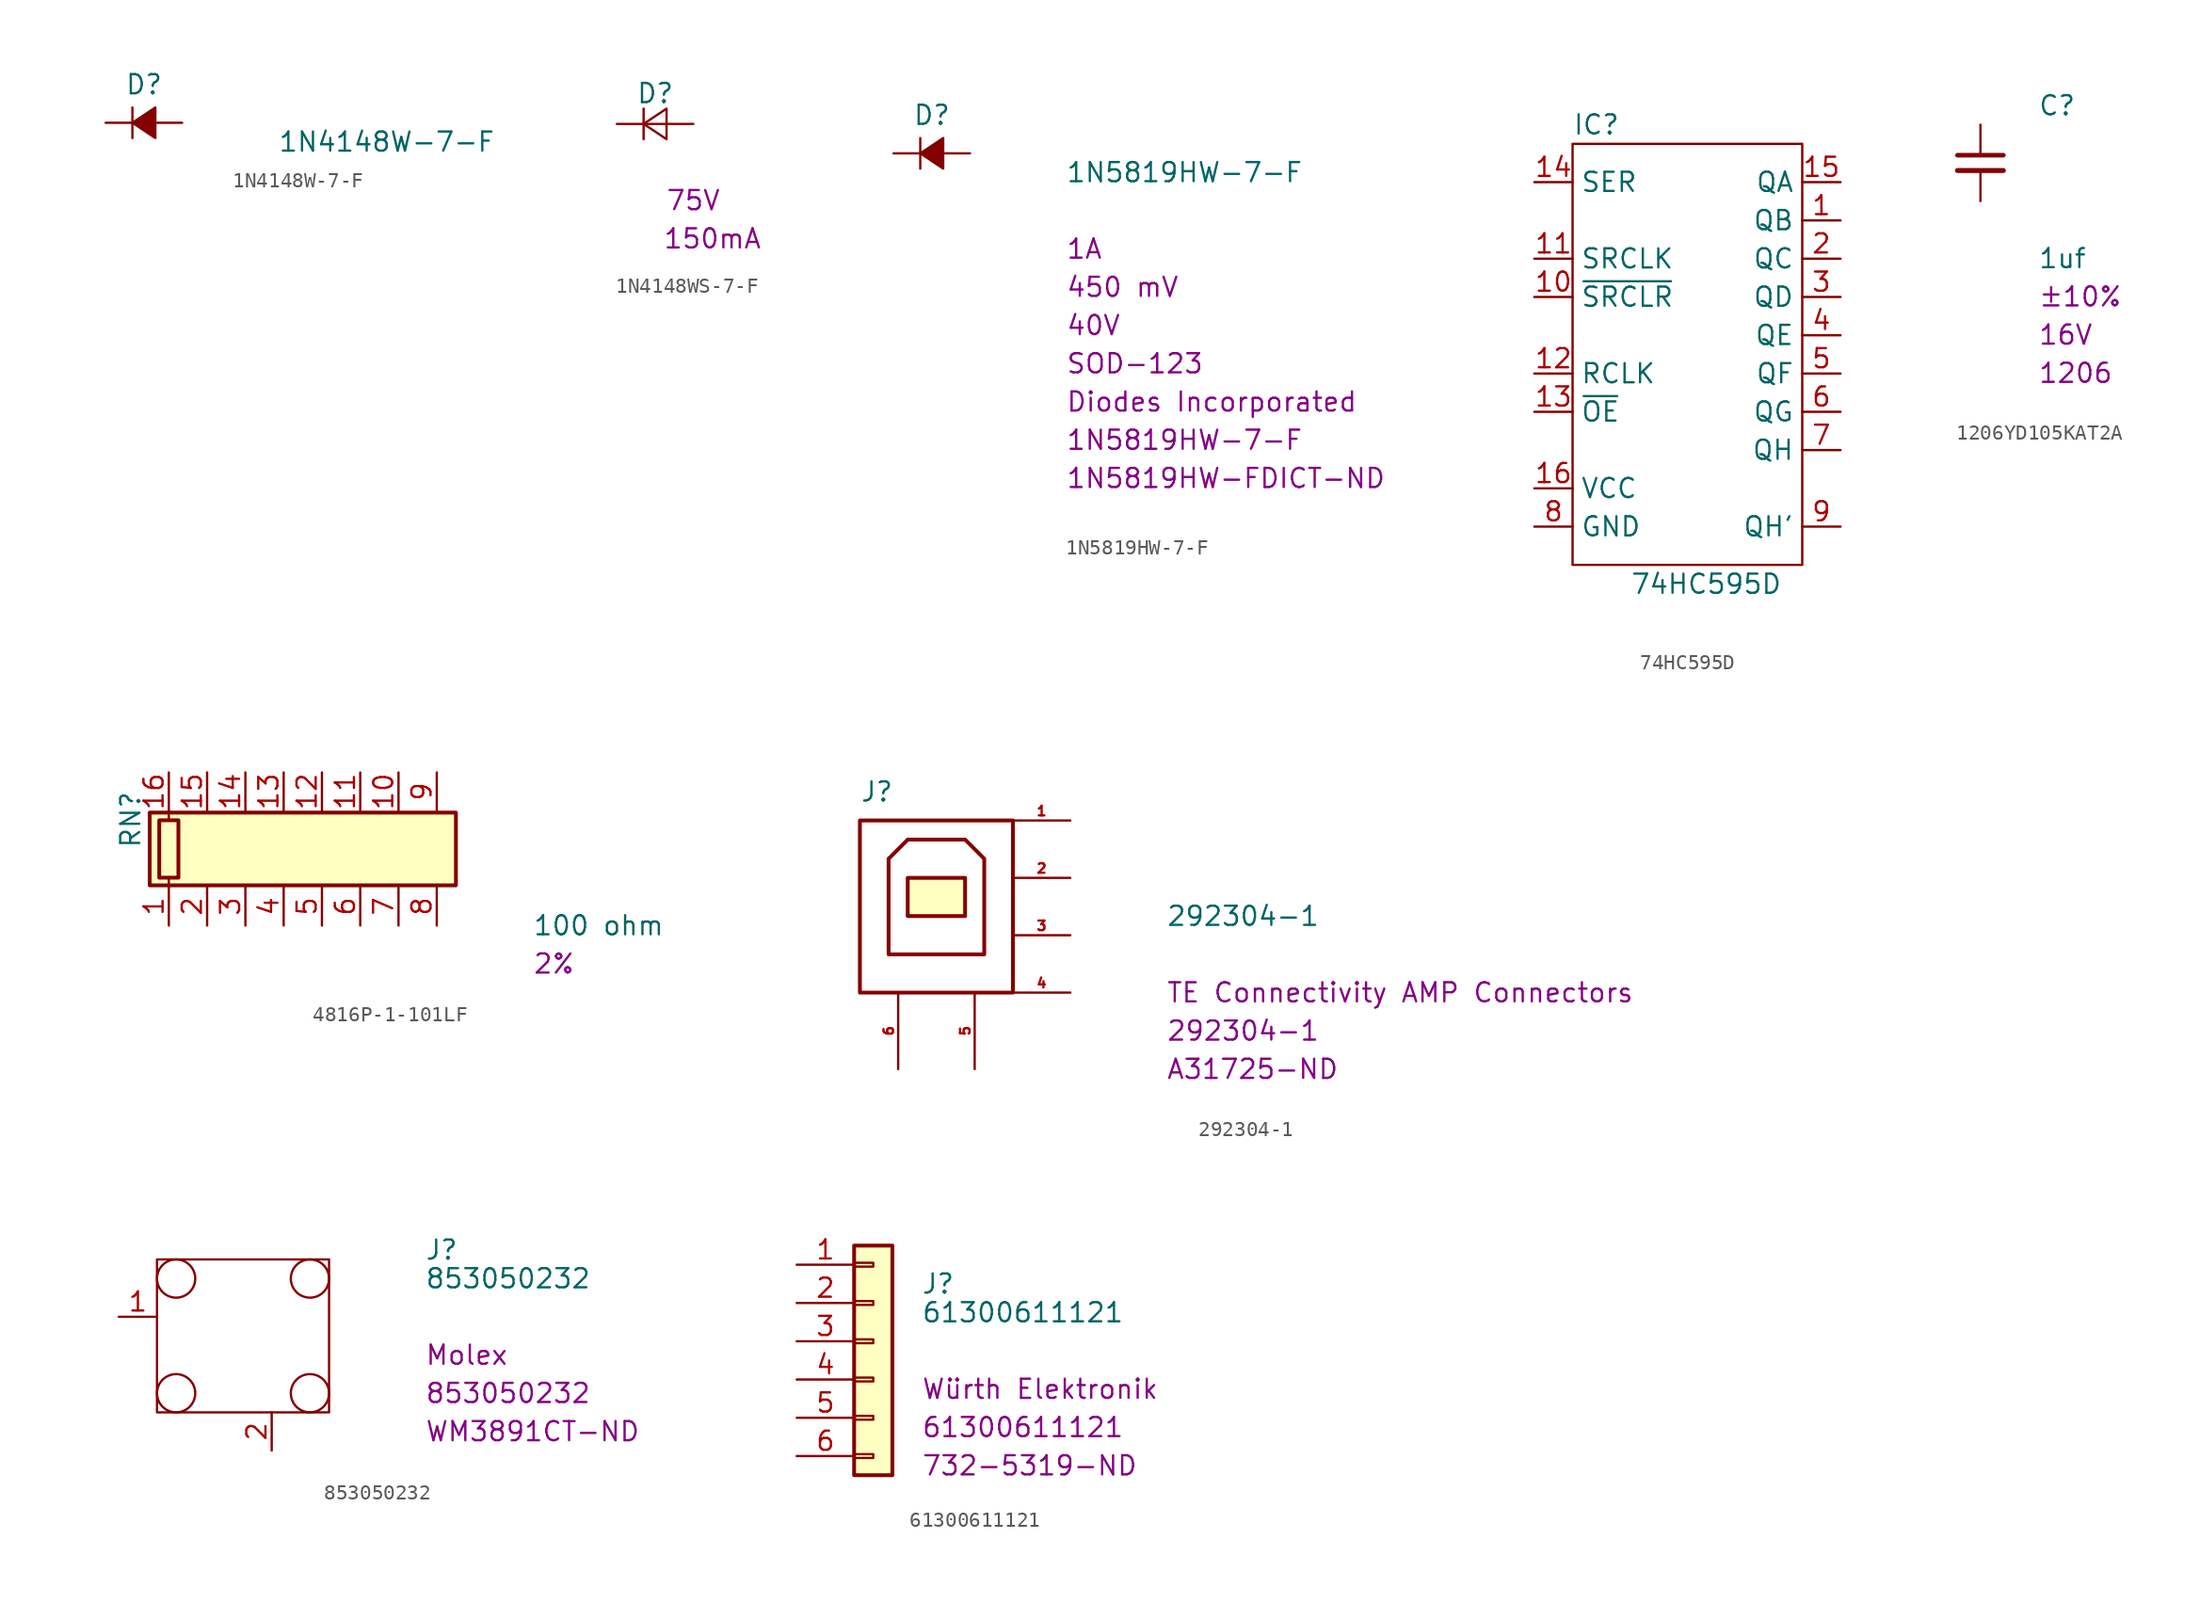
<source format=kicad_sym>
(kicad_symbol_lib
  (version 20220914)
  (generator kicad_symbol_editor)
  (symbol "1N4148W-7-F"
    (pin_numbers hide)
    (pin_names
      (offset 0.254) hide)
    (property "Reference" "D"
      (at -1.27 2.54 0)
      (effects (font (size 1.27 1.27)) (justify left)))
    (property "Value" "1N4148W-7-F"
      (at 8.89 -1.27 0)
      (effects (font (size 1.27 1.27)) (justify left)))
    (symbol "1N4148W-7-F_0_1"
      (polyline (pts (xy -0.762 -1.016) (xy -0.762 1.016)) (stroke (width 0) (type default)) (fill (type none)))
      (polyline (pts (xy -0.762 0) (xy 0.762 0)) (stroke (width 0) (type default)) (fill (type none)))
      (polyline (pts (xy 0.762 -1.016) (xy -0.762 0) (xy 0.762 1.016) (xy 0.762 -1.016)) (stroke (width 0) (type default)) (fill (type outline))))
    (symbol "1N4148W-7-F_1_1"
      (pin passive line (at -2.54 0 0) (length 1.778) (name "K" (effects (font (size 1.27 1.27)))) (number "1" (effects (font (size 1.27 1.27)))))
      (pin passive line (at 2.54 0 180) (length 1.778) (name "A" (effects (font (size 1.27 1.27)))) (number "2" (effects (font (size 1.27 1.27)))))))
  (symbol "1N4148WS-7-F"
    (pin_numbers hide)
    (pin_names
      (offset 0.254) hide)
    (property "Reference" "D"
      (at -1.27 2.032 0)
      (effects (font (size 1.27 1.27)) (justify left)))
    (property "Voltage - DC Reverse (Vr) (Max)" "75V"
      (at 2.54 -5.08 0)
      (effects (font (size 1.27 1.27))))
    (property "Current - Average Rectified (Io)" "150mA"
      (at 3.81 -7.62 0)
      (effects (font (size 1.27 1.27))))
    (symbol "1N4148WS-7-F_0_1"
      (polyline (pts (xy -0.762 -1.016) (xy -0.762 1.016)) (stroke (width 0) (type default)) (fill (type none)))
      (polyline (pts (xy -0.762 0) (xy 0.762 0)) (stroke (width 0) (type default)) (fill (type none)))
      (polyline (pts (xy 0.762 -1.016) (xy -0.762 0) (xy 0.762 1.016) (xy 0.762 -1.016)) (stroke (width 0) (type default)) (fill (type none))))
    (symbol "1N4148WS-7-F_1_1"
      (pin passive line (at -2.54 0 0) (length 1.778) (name "K" (effects (font (size 1.27 1.27)))) (number "1" (effects (font (size 1.27 1.27)))))
      (pin passive line (at 2.54 0 180) (length 1.778) (name "A" (effects (font (size 1.27 1.27)))) (number "2" (effects (font (size 1.27 1.27)))))))
  (symbol "1N5819HW-7-F"
    (pin_numbers hide)
    (pin_names
      (offset 0.254) hide)
    (property "Reference" "D"
      (at -1.27 2.54 0)
      (effects (font (size 1.27 1.27)) (justify left)))
    (property "Value" "1N5819HW-7-F"
      (at 8.89 -1.27 0)
      (effects (font (size 1.27 1.27)) (justify left)))
    (property "Current" "1A"
      (at 8.89 -6.35 0)
      (effects (font (size 1.27 1.27)) (justify left)))
    (property "Voltage - Forward" "450 mV"
      (at 8.89 -8.89 0)
      (effects (font (size 1.27 1.27)) (justify left)))
    (property "Voltage - DC Reverse" "40V"
      (at 8.89 -11.43 0)
      (effects (font (size 1.27 1.27)) (justify left)))
    (property "Chip set" "SOD-123"
      (at 8.89 -13.97 0)
      (effects (font (size 1.27 1.27)) (justify left)))
    (property "Manufacturer" "Diodes Incorporated"
      (at 8.89 -16.51 0)
      (effects (font (size 1.27 1.27)) (justify left)))
    (property "MPN" "1N5819HW-7-F"
      (at 8.89 -19.05 0)
      (effects (font (size 1.27 1.27)) (justify left)))
    (property "Digi-Key_PN" "1N5819HW-FDICT-ND"
      (at 8.89 -21.59 0)
      (effects (font (size 1.27 1.27)) (justify left)))
    (symbol "1N5819HW-7-F_0_1"
      (polyline (pts (xy -0.762 -1.016) (xy -0.762 1.016)) (stroke (width 0) (type default)) (fill (type none)))
      (polyline (pts (xy -0.762 0) (xy 0.762 0)) (stroke (width 0) (type default)) (fill (type none)))
      (polyline (pts (xy 0.762 -1.016) (xy -0.762 0) (xy 0.762 1.016) (xy 0.762 -1.016)) (stroke (width 0) (type default)) (fill (type outline))))
    (symbol "1N5819HW-7-F_1_1"
      (pin passive line (at -2.54 0 0) (length 1.778) (name "K" (effects (font (size 1.27 1.27)))) (number "1" (effects (font (size 1.27 1.27)))))
      (pin passive line (at 2.54 0 180) (length 1.778) (name "A" (effects (font (size 1.27 1.27)))) (number "2" (effects (font (size 1.27 1.27)))))))
  (symbol "74HC595D"
    (property "Reference" "IC"
      (at -7.62 13.97 0)
      (effects (font (size 1.27 1.27)) (justify left)))
    (property "Value" "74HC595D"
      (at -3.81 -16.51 0)
      (effects (font (size 1.27 1.27)) (justify left)))
    (symbol "74HC595D_0_1"
      (rectangle (start -7.62 12.7) (end 7.62 -15.24) (stroke (width 0) (type default)) (fill (type none))))
    (symbol "74HC595D_1_0"
      (pin tri_state line (at 10.16 7.62 180) (length 2.54) (name "QB" (effects (font (size 1.27 1.27)))) (number "1" (effects (font (size 1.27 1.27)))))
      (pin input line (at -10.16 2.54 0) (length 2.54) (name "~{SRCLR}" (effects (font (size 1.27 1.27)))) (number "10" (effects (font (size 1.27 1.27)))))
      (pin input line (at -10.16 5.08 0) (length 2.54) (name "SRCLK" (effects (font (size 1.27 1.27)))) (number "11" (effects (font (size 1.27 1.27)))))
      (pin input line (at -10.16 -2.54 0) (length 2.54) (name "RCLK" (effects (font (size 1.27 1.27)))) (number "12" (effects (font (size 1.27 1.27)))))
      (pin input line (at -10.16 -5.08 0) (length 2.54) (name "~{OE}" (effects (font (size 1.27 1.27)))) (number "13" (effects (font (size 1.27 1.27)))))
      (pin input line (at -10.16 10.16 0) (length 2.54) (name "SER" (effects (font (size 1.27 1.27)))) (number "14" (effects (font (size 1.27 1.27)))))
      (pin tri_state line (at 10.16 10.16 180) (length 2.54) (name "QA" (effects (font (size 1.27 1.27)))) (number "15" (effects (font (size 1.27 1.27)))))
      (pin power_in line (at -10.16 -10.16 0) (length 2.54) (name "VCC" (effects (font (size 1.27 1.27)))) (number "16" (effects (font (size 1.27 1.27)))))
      (pin tri_state line (at 10.16 5.08 180) (length 2.54) (name "QC" (effects (font (size 1.27 1.27)))) (number "2" (effects (font (size 1.27 1.27)))))
      (pin tri_state line (at 10.16 2.54 180) (length 2.54) (name "QD" (effects (font (size 1.27 1.27)))) (number "3" (effects (font (size 1.27 1.27)))))
      (pin tri_state line (at 10.16 0 180) (length 2.54) (name "QE" (effects (font (size 1.27 1.27)))) (number "4" (effects (font (size 1.27 1.27)))))
      (pin tri_state line (at 10.16 -2.54 180) (length 2.54) (name "QF" (effects (font (size 1.27 1.27)))) (number "5" (effects (font (size 1.27 1.27)))))
      (pin tri_state line (at 10.16 -5.08 180) (length 2.54) (name "QG" (effects (font (size 1.27 1.27)))) (number "6" (effects (font (size 1.27 1.27)))))
      (pin tri_state line (at 10.16 -7.62 180) (length 2.54) (name "QH" (effects (font (size 1.27 1.27)))) (number "7" (effects (font (size 1.27 1.27)))))
      (pin power_in line (at -10.16 -12.7 0) (length 2.54) (name "GND" (effects (font (size 1.27 1.27)))) (number "8" (effects (font (size 1.27 1.27)))))
      (pin output line (at 10.16 -12.7 180) (length 2.54) (name "QH'" (effects (font (size 1.27 1.27)))) (number "9" (effects (font (size 1.27 1.27)))))))
  (symbol "1206YD105KAT2A"
    (pin_numbers hide)
    (pin_names
      (offset 0.254) hide)
    (property "Reference" "C"
      (at 3.81 3.81 0)
      (effects (font (size 1.27 1.27)) (justify left)))
    (property "Value" "1206YD105KAT2A"
      (at 3.81 -1.27 0)
      (effects (font (size 1.27 1.27)) (justify left)))
    (property "value" "1uf"
      (at 3.81 -6.35 0)
      (effects (font (size 1.27 1.27)) (justify left)))
    (property "Tolerance" "±10%"
      (at 3.81 -8.89 0)
      (effects (font (size 1.27 1.27)) (justify left)))
    (property "MAX Voltage" "16V"
      (at 3.81 -11.43 0)
      (effects (font (size 1.27 1.27)) (justify left)))
    (property "Chip Set" "1206"
      (at 3.81 -13.97 0)
      (effects (font (size 1.27 1.27)) (justify left)))
    (symbol "1206YD105KAT2A_1_1"
      (polyline (pts (xy -1.524 -0.508) (xy 1.524 -0.508)) (stroke (width 0.33) (type default)) (fill (type none)))
      (polyline (pts (xy -1.524 0.508) (xy 1.524 0.508)) (stroke (width 0.305) (type default)) (fill (type none)))
      (pin passive line (at 0 2.54 270) (length 2.032) (name "~" (effects (font (size 1.27 1.27)))) (number "1" (effects (font (size 1.27 1.27)))))
      (pin passive line (at 0 -2.54 90) (length 2.032) (name "~" (effects (font (size 1.27 1.27)))) (number "2" (effects (font (size 1.27 1.27)))))))
  (symbol "4816P-1-101LF"
    (pin_names
      (offset 0) hide)
    (property "Reference" "RN"
      (at -12.7 0 90)
      (effects (font (size 1.27 1.27)) (justify left)))
    (property "value" "100 ohm"
      (at 13.97 -5.08 0)
      (effects (font (size 1.27 1.27)) (justify left)))
    (property "Tolerance" "2%"
      (at 13.97 -7.62 0)
      (effects (font (size 1.27 1.27)) (justify left)))
    (symbol "4816P-1-101LF_0_1"
      (rectangle (start -11.43 -2.413) (end 8.89 2.413) (stroke (width 0.254) (type default)) (fill (type background)))
      (rectangle (start -10.795 1.905) (end -9.525 -1.905) (stroke (width 0.254) (type default)) (fill (type none)))
      (polyline (pts (xy -10.16 -2.54) (xy -10.16 -1.905)) (stroke (width 0) (type default)) (fill (type none)))
      (polyline (pts (xy -10.16 1.905) (xy -10.16 2.54)) (stroke (width 0) (type default)) (fill (type none))))
    (symbol "4816P-1-101LF_1_1"
      (pin passive line (at -10.16 -5.08 90) (length 2.54) (name "R1.1" (effects (font (size 1.27 1.27)))) (number "1" (effects (font (size 1.27 1.27)))))
      (pin passive line (at 5.08 5.08 270) (length 2.54) (name "R7.2" (effects (font (size 1.27 1.27)))) (number "10" (effects (font (size 1.27 1.27)))))
      (pin passive line (at 2.54 5.08 270) (length 2.54) (name "R6.2" (effects (font (size 1.27 1.27)))) (number "11" (effects (font (size 1.27 1.27)))))
      (pin passive line (at 0 5.08 270) (length 2.54) (name "R5.2" (effects (font (size 1.27 1.27)))) (number "12" (effects (font (size 1.27 1.27)))))
      (pin passive line (at -2.54 5.08 270) (length 2.54) (name "R4.2" (effects (font (size 1.27 1.27)))) (number "13" (effects (font (size 1.27 1.27)))))
      (pin passive line (at -5.08 5.08 270) (length 2.54) (name "R3.2" (effects (font (size 1.27 1.27)))) (number "14" (effects (font (size 1.27 1.27)))))
      (pin passive line (at -7.62 5.08 270) (length 2.54) (name "R2.2" (effects (font (size 1.27 1.27)))) (number "15" (effects (font (size 1.27 1.27)))))
      (pin passive line (at -10.16 5.08 270) (length 2.54) (name "R1.2" (effects (font (size 1.27 1.27)))) (number "16" (effects (font (size 1.27 1.27)))))
      (pin passive line (at -7.62 -5.08 90) (length 2.54) (name "R2.1" (effects (font (size 1.27 1.27)))) (number "2" (effects (font (size 1.27 1.27)))))
      (pin passive line (at -5.08 -5.08 90) (length 2.54) (name "R3.1" (effects (font (size 1.27 1.27)))) (number "3" (effects (font (size 1.27 1.27)))))
      (pin passive line (at -2.54 -5.08 90) (length 2.54) (name "R4.1" (effects (font (size 1.27 1.27)))) (number "4" (effects (font (size 1.27 1.27)))))
      (pin passive line (at 0 -5.08 90) (length 2.54) (name "R5.1" (effects (font (size 1.27 1.27)))) (number "5" (effects (font (size 1.27 1.27)))))
      (pin passive line (at 2.54 -5.08 90) (length 2.54) (name "R6.1" (effects (font (size 1.27 1.27)))) (number "6" (effects (font (size 1.27 1.27)))))
      (pin passive line (at 5.08 -5.08 90) (length 2.54) (name "R7.1" (effects (font (size 1.27 1.27)))) (number "7" (effects (font (size 1.27 1.27)))))
      (pin passive line (at 7.62 -5.08 90) (length 2.54) (name "R8.1" (effects (font (size 1.27 1.27)))) (number "8" (effects (font (size 1.27 1.27)))))
      (pin passive line (at 7.62 5.08 270) (length 2.54) (name "R8.2" (effects (font (size 1.27 1.27)))) (number "9" (effects (font (size 1.27 1.27)))))))
  (symbol "292304-1"
    (pin_names hide)
    (property "Reference" "J"
      (at -5.08 6.985 0)
      (effects (font (size 1.27 1.27)) (justify left)))
    (property "Value" "292304-1"
      (at 15.24 -1.27 0)
      (effects (font (size 1.27 1.27)) (justify left)))
    (property "Manufacturer" "TE Connectivity AMP Connectors"
      (at 15.24 -6.35 0)
      (effects (font (size 1.27 1.27)) (justify left)))
    (property "MPN" "292304-1"
      (at 15.24 -8.89 0)
      (effects (font (size 1.27 1.27)) (justify left)))
    (property "Digi-Key_PN" "A31725-ND"
      (at 15.24 -11.43 0)
      (effects (font (size 1.27 1.27)) (justify left)))
    (symbol "292304-1_1_1"
      (rectangle (start -1.905 1.27) (end 1.905 -1.27) (stroke (width 0.254) (type default)) (fill (type background)))
      (polyline (pts (xy -3.175 -3.81) (xy 3.175 -3.81) (xy 3.175 2.54) (xy 1.905 3.81) (xy -1.905 3.81) (xy -3.175 2.54) (xy -3.175 -3.81) (xy -3.175 -3.81) (xy -3.175 -3.81)) (stroke (width 0.254) (type default)) (fill (type none)))
      (rectangle (start 5.08 -6.35) (end -5.08 5.08) (stroke (width 0.254) (type default)) (fill (type none)))
      (pin power_out line (at 8.89 5.08 180) (length 3.81) (name "Vbus" (effects (font (size 0.635 0.635)))) (number "1" (effects (font (size 0.635 0.635)))))
      (pin bidirectional line (at 8.89 1.27 180) (length 3.81) (name "D-" (effects (font (size 0.635 0.635)))) (number "2" (effects (font (size 0.635 0.635)))))
      (pin bidirectional line (at 8.89 -2.54 180) (length 3.81) (name "D+" (effects (font (size 0.635 0.635)))) (number "3" (effects (font (size 0.635 0.635)))))
      (pin power_in line (at 8.89 -6.35 180) (length 3.81) (name "GND" (effects (font (size 0.635 0.635)))) (number "4" (effects (font (size 0.635 0.635)))))
      (pin passive line (at 2.54 -11.43 90) (length 5.08) (name "Shield_1" (effects (font (size 0.635 0.635)))) (number "5" (effects (font (size 0.635 0.635)))))
      (pin passive line (at -2.54 -11.43 90) (length 5.08) (name "Shield_2" (effects (font (size 0.635 0.635)))) (number "6" (effects (font (size 0.635 0.635)))))))
  (symbol "853050232"
    (pin_names hide)
    (property "Reference" "J"
      (at 12.065 5.715 0)
      (effects (font (size 1.27 1.27)) (justify left)))
    (property "Value" "853050232"
      (at 12.065 3.81 0)
      (effects (font (size 1.27 1.27)) (justify left)))
    (property "Manufacturer" "Molex"
      (at 12.065 -1.27 0)
      (effects (font (size 1.27 1.27)) (justify left)))
    (property "MPN" "853050232"
      (at 12.065 -3.81 0)
      (effects (font (size 1.27 1.27)) (justify left)))
    (property "Digi-Key_PN" "WM3891CT-ND"
      (at 12.065 -6.35 0)
      (effects (font (size 1.27 1.27)) (justify left)))
    (symbol "853050232_1_1"
      (rectangle (start -5.715 5.08) (end 5.715 -5.08) (stroke (width 0) (type default)) (fill (type none)))
      (circle (center -4.445 -3.81) (radius 1.27) (stroke (width 0) (type default)) (fill (type none)))
      (circle (center -4.445 3.81) (radius 1.27) (stroke (width 0) (type default)) (fill (type none)))
      (circle (center 4.445 -3.81) (radius 1.27) (stroke (width 0) (type default)) (fill (type none)))
      (circle (center 4.445 3.81) (radius 1.27) (stroke (width 0) (type default)) (fill (type none)))
      (pin input line (at -8.255 1.27 0) (length 2.54) (name "CONN" (effects (font (size 1.27 1.27)))) (number "1" (effects (font (size 1.27 1.27)))))
      (pin output line (at 1.905 -7.62 90) (length 2.54) (name "GND" (effects (font (size 1.27 1.27)))) (number "2" (effects (font (size 1.27 1.27)))))))
  (symbol "61300611121"
    (pin_names hide)
    (property "Reference" "J"
      (at 3.175 5.08 0)
      (effects (font (size 1.27 1.27)) (justify left)))
    (property "Value" "61300611121"
      (at 3.175 3.175 0)
      (effects (font (size 1.27 1.27)) (justify left)))
    (property "Manufacturer" "Würth Elektronik"
      (at 3.175 -1.905 0)
      (effects (font (size 1.27 1.27)) (justify left)))
    (property "MPN" "61300611121"
      (at 3.175 -4.445 0)
      (effects (font (size 1.27 1.27)) (justify left)))
    (property "Digi-Key_PN" "732-5319-ND"
      (at 3.175 -6.985 0)
      (effects (font (size 1.27 1.27)) (justify left)))
    (symbol "61300611121_1_1"
      (rectangle (start -1.27 -6.223) (end 0 -6.477) (stroke (width 0.152) (type default)) (fill (type none)))
      (rectangle (start -1.27 -3.683) (end 0 -3.937) (stroke (width 0.152) (type default)) (fill (type none)))
      (rectangle (start -1.27 -1.143) (end 0 -1.397) (stroke (width 0.152) (type default)) (fill (type none)))
      (rectangle (start -1.27 1.397) (end 0 1.143) (stroke (width 0.152) (type default)) (fill (type none)))
      (rectangle (start -1.27 3.937) (end 0 3.683) (stroke (width 0.152) (type default)) (fill (type none)))
      (rectangle (start -1.27 6.477) (end 0 6.223) (stroke (width 0.152) (type default)) (fill (type none)))
      (rectangle (start -1.27 7.62) (end 1.27 -7.62) (stroke (width 0.254) (type default)) (fill (type background)))
      (pin passive line (at -5.08 6.35 0) (length 3.81) (name "Pin_1" (effects (font (size 1.27 1.27)))) (number "1" (effects (font (size 1.27 1.27)))))
      (pin passive line (at -5.08 3.81 0) (length 3.81) (name "Pin_2" (effects (font (size 1.27 1.27)))) (number "2" (effects (font (size 1.27 1.27)))))
      (pin passive line (at -5.08 1.27 0) (length 3.81) (name "Pin_3" (effects (font (size 1.27 1.27)))) (number "3" (effects (font (size 1.27 1.27)))))
      (pin passive line (at -5.08 -1.27 0) (length 3.81) (name "Pin_4" (effects (font (size 1.27 1.27)))) (number "4" (effects (font (size 1.27 1.27)))))
      (pin passive line (at -5.08 -3.81 0) (length 3.81) (name "Pin_5" (effects (font (size 1.27 1.27)))) (number "5" (effects (font (size 1.27 1.27)))))
      (pin passive line (at -5.08 -6.35 0) (length 3.81) (name "Pin_6" (effects (font (size 1.27 1.27)))) (number "6" (effects (font (size 1.27 1.27))))))))
</source>
